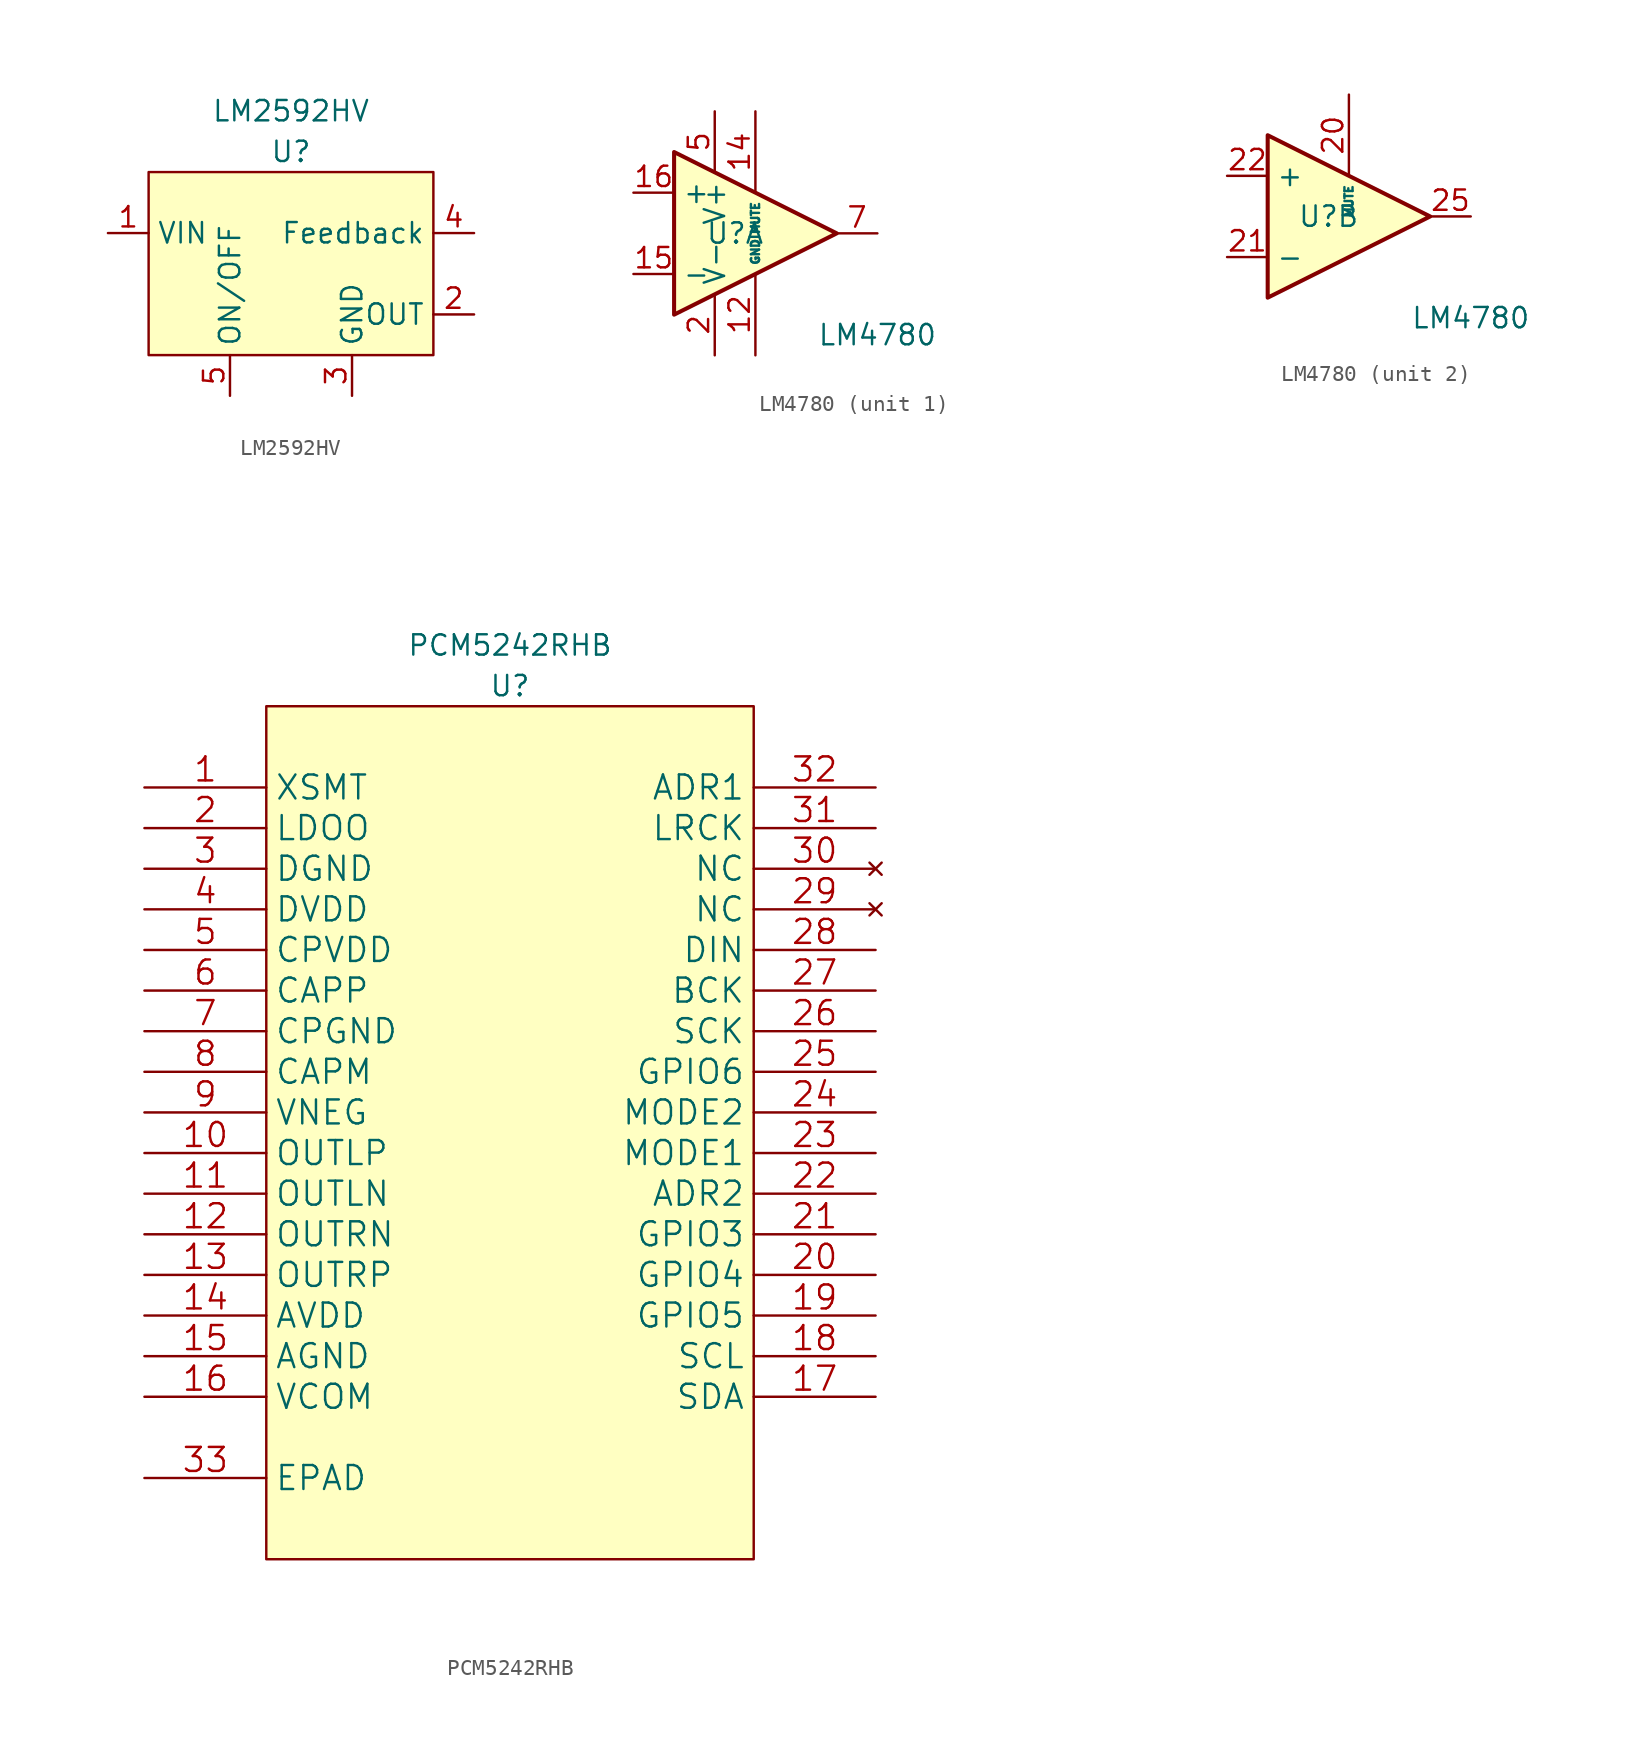
<source format=kicad_sym>
(kicad_symbol_lib
  (version 20211014)
  (generator kicad_symbol_editor)
  (symbol "LM2592HV"
    (property "Reference" "U"
      (at 0 7.62 0)
      (effects (font (size 1.27 1.27))))
    (property "Value" "LM2592HV"
      (at 0 10.16 0)
      (effects (font (size 1.27 1.27))))
    (symbol "LM2592HV_0_1"
      (rectangle (start -8.89 6.35) (end 8.89 -5.08) (stroke (width 0) (type default) (color 0 0 0 0)) (fill (type background))))
    (symbol "LM2592HV_1_1"
      (pin power_in line (at -11.43 2.54 0) (length 2.54) (name "VIN" (effects (font (size 1.27 1.27)))) (number "1" (effects (font (size 1.27 1.27)))))
      (pin power_out line (at 11.43 -2.54 180) (length 2.54) (name "OUT" (effects (font (size 1.27 1.27)))) (number "2" (effects (font (size 1.27 1.27)))))
      (pin power_out line (at 3.81 -7.62 90) (length 2.54) (name "GND" (effects (font (size 1.27 1.27)))) (number "3" (effects (font (size 1.27 1.27)))))
      (pin input line (at 11.43 2.54 180) (length 2.54) (name "Feedback" (effects (font (size 1.27 1.27)))) (number "4" (effects (font (size 1.27 1.27)))))
      (pin input line (at -3.81 -7.62 90) (length 2.54) (name "ON/OFF" (effects (font (size 1.27 1.27)))) (number "5" (effects (font (size 1.27 1.27)))))))
  (symbol "LM4780"
    (property "Reference" "U"
      (at 0 0 0)
      (effects (font (size 1.27 1.27))))
    (property "Value" "LM4780"
      (at 8.89 -6.35 0)
      (effects (font (size 1.27 1.27))))
    (property "ki_locked" ""
      (at 0 0 0)
      (effects (font (size 1.27 1.27))))
    (symbol "LM4780_0_1"
      (polyline (pts (xy -3.81 5.08) (xy 6.35 0) (xy -3.81 -5.08) (xy -3.81 5.08)) (stroke (width 0.254) (type default) (color 0 0 0 0)) (fill (type background))))
    (symbol "LM4780_1_1"
      (pin no_connect line (at 6.35 8.89 270) (length 2.54) hide (name "NC" (effects (font (size 1.27 1.27)))) (number "1" (effects (font (size 1.27 1.27)))))
      (pin passive line (at -1.27 -7.62 90) (length 3.81) hide (name "V-" (effects (font (size 1.27 1.27)))) (number "10" (effects (font (size 1.27 1.27)))))
      (pin passive line (at -1.27 -7.62 90) (length 3.81) hide (name "V-" (effects (font (size 1.27 1.27)))) (number "11" (effects (font (size 1.27 1.27)))))
      (pin power_in line (at 1.27 -7.62 90) (length 5.08) (name "GND" (effects (font (size 0.508 0.508)))) (number "12" (effects (font (size 1.27 1.27)))))
      (pin no_connect line (at 13.97 8.89 270) (length 2.54) hide (name "NC" (effects (font (size 1.27 1.27)))) (number "13" (effects (font (size 1.27 1.27)))))
      (pin input line (at 1.27 7.62 270) (length 5.08) (name "MUTE" (effects (font (size 0.508 0.508)))) (number "14" (effects (font (size 1.27 1.27)))))
      (pin input line (at -6.35 -2.54 0) (length 2.54) (name "-" (effects (font (size 1.27 1.27)))) (number "15" (effects (font (size 1.27 1.27)))))
      (pin input line (at -6.35 2.54 0) (length 2.54) (name "+" (effects (font (size 1.27 1.27)))) (number "16" (effects (font (size 1.27 1.27)))))
      (pin passive line (at -1.27 7.62 270) (length 3.81) hide (name "V+" (effects (font (size 1.27 1.27)))) (number "17" (effects (font (size 1.27 1.27)))))
      (pin passive line (at -1.27 -7.62 90) (length 3.81) hide (name "V-" (effects (font (size 1.27 1.27)))) (number "18" (effects (font (size 1.27 1.27)))))
      (pin passive line (at 1.27 -7.62 90) (length 5.08) hide (name "GND" (effects (font (size 0.508 0.508)))) (number "19" (effects (font (size 1.27 1.27)))))
      (pin power_in line (at -1.27 -7.62 90) (length 3.81) (name "V-" (effects (font (size 1.27 1.27)))) (number "2" (effects (font (size 1.27 1.27)))))
      (pin no_connect line (at 16.51 8.89 270) (length 2.54) hide (name "NC" (effects (font (size 1.27 1.27)))) (number "23" (effects (font (size 1.27 1.27)))))
      (pin no_connect line (at 19.05 8.89 270) (length 2.54) hide (name "NC" (effects (font (size 1.27 1.27)))) (number "24" (effects (font (size 1.27 1.27)))))
      (pin no_connect line (at 21.59 8.89 270) (length 2.54) hide (name "NC" (effects (font (size 1.27 1.27)))) (number "26" (effects (font (size 1.27 1.27)))))
      (pin passive line (at -1.27 7.62 270) (length 3.81) hide (name "V+" (effects (font (size 1.27 1.27)))) (number "27" (effects (font (size 1.27 1.27)))))
      (pin no_connect line (at 8.89 8.89 270) (length 2.54) hide (name "NC" (effects (font (size 1.27 1.27)))) (number "3" (effects (font (size 1.27 1.27)))))
      (pin passive line (at -1.27 -7.62 90) (length 3.81) hide (name "V-" (effects (font (size 1.27 1.27)))) (number "4" (effects (font (size 1.27 1.27)))))
      (pin power_in line (at -1.27 7.62 270) (length 3.81) (name "V+" (effects (font (size 1.27 1.27)))) (number "5" (effects (font (size 1.27 1.27)))))
      (pin no_connect line (at 11.43 8.89 270) (length 2.54) hide (name "NC" (effects (font (size 1.27 1.27)))) (number "6" (effects (font (size 1.27 1.27)))))
      (pin output line (at 8.89 0 180) (length 2.54) (name "~" (effects (font (size 1.27 1.27)))) (number "7" (effects (font (size 1.27 1.27)))))
      (pin passive line (at -1.27 7.62 270) (length 3.81) hide (name "V+" (effects (font (size 1.27 1.27)))) (number "8" (effects (font (size 1.27 1.27)))))
      (pin passive line (at -1.27 7.62 270) (length 3.81) hide (name "V+" (effects (font (size 1.27 1.27)))) (number "9" (effects (font (size 1.27 1.27))))))
    (symbol "LM4780_2_1"
      (pin input line (at 1.27 7.62 270) (length 5.08) (name "MUTE" (effects (font (size 0.508 0.508)))) (number "20" (effects (font (size 1.27 1.27)))))
      (pin input line (at -6.35 -2.54 0) (length 2.54) (name "-" (effects (font (size 1.27 1.27)))) (number "21" (effects (font (size 1.27 1.27)))))
      (pin input line (at -6.35 2.54 0) (length 2.54) (name "+" (effects (font (size 1.27 1.27)))) (number "22" (effects (font (size 1.27 1.27)))))
      (pin output line (at 8.89 0 180) (length 2.54) (name "~" (effects (font (size 1.27 1.27)))) (number "25" (effects (font (size 1.27 1.27)))))))
  (symbol "PCM5242RHB"
    (property "Reference" "U"
      (at 0 27.94 0)
      (effects (font (size 1.27 1.27))))
    (property "Value" "PCM5242RHB"
      (at 0 30.48 0)
      (effects (font (size 1.27 1.27))))
    (symbol "PCM5242RHB_0_1"
      (rectangle (start -15.24 26.67) (end 15.24 -26.67) (stroke (width 0) (type default) (color 0 0 0 0)) (fill (type background))))
    (symbol "PCM5242RHB_1_1"
      (pin input line (at -22.86 21.59 0) (length 7.62) (name "XSMT" (effects (font (size 1.499 1.499)))) (number "1" (effects (font (size 1.499 1.499)))))
      (pin output line (at -22.86 -1.27 0) (length 7.62) (name "OUTLP" (effects (font (size 1.499 1.499)))) (number "10" (effects (font (size 1.499 1.499)))))
      (pin output line (at -22.86 -3.81 0) (length 7.62) (name "OUTLN" (effects (font (size 1.499 1.499)))) (number "11" (effects (font (size 1.499 1.499)))))
      (pin output line (at -22.86 -6.35 0) (length 7.62) (name "OUTRN" (effects (font (size 1.499 1.499)))) (number "12" (effects (font (size 1.499 1.499)))))
      (pin output line (at -22.86 -8.89 0) (length 7.62) (name "OUTRP" (effects (font (size 1.499 1.499)))) (number "13" (effects (font (size 1.499 1.499)))))
      (pin power_in line (at -22.86 -11.43 0) (length 7.62) (name "AVDD" (effects (font (size 1.499 1.499)))) (number "14" (effects (font (size 1.499 1.499)))))
      (pin power_in line (at -22.86 -13.97 0) (length 7.62) (name "AGND" (effects (font (size 1.499 1.499)))) (number "15" (effects (font (size 1.499 1.499)))))
      (pin bidirectional line (at -22.86 -16.51 0) (length 7.62) (name "VCOM" (effects (font (size 1.499 1.499)))) (number "16" (effects (font (size 1.499 1.499)))))
      (pin bidirectional line (at 22.86 -16.51 180) (length 7.62) (name "SDA" (effects (font (size 1.499 1.499)))) (number "17" (effects (font (size 1.499 1.499)))))
      (pin input line (at 22.86 -13.97 180) (length 7.62) (name "SCL" (effects (font (size 1.499 1.499)))) (number "18" (effects (font (size 1.499 1.499)))))
      (pin bidirectional line (at 22.86 -11.43 180) (length 7.62) (name "GPIO5" (effects (font (size 1.499 1.499)))) (number "19" (effects (font (size 1.499 1.499)))))
      (pin output line (at -22.86 19.05 0) (length 7.62) (name "LDOO" (effects (font (size 1.499 1.499)))) (number "2" (effects (font (size 1.499 1.499)))))
      (pin bidirectional line (at 22.86 -8.89 180) (length 7.62) (name "GPIO4" (effects (font (size 1.499 1.499)))) (number "20" (effects (font (size 1.499 1.499)))))
      (pin bidirectional line (at 22.86 -6.35 180) (length 7.62) (name "GPIO3" (effects (font (size 1.499 1.499)))) (number "21" (effects (font (size 1.499 1.499)))))
      (pin bidirectional line (at 22.86 -3.81 180) (length 7.62) (name "ADR2" (effects (font (size 1.499 1.499)))) (number "22" (effects (font (size 1.499 1.499)))))
      (pin input line (at 22.86 -1.27 180) (length 7.62) (name "MODE1" (effects (font (size 1.499 1.499)))) (number "23" (effects (font (size 1.499 1.499)))))
      (pin input line (at 22.86 1.27 180) (length 7.62) (name "MODE2" (effects (font (size 1.499 1.499)))) (number "24" (effects (font (size 1.499 1.499)))))
      (pin bidirectional line (at 22.86 3.81 180) (length 7.62) (name "GPIO6" (effects (font (size 1.499 1.499)))) (number "25" (effects (font (size 1.499 1.499)))))
      (pin input line (at 22.86 6.35 180) (length 7.62) (name "SCK" (effects (font (size 1.499 1.499)))) (number "26" (effects (font (size 1.499 1.499)))))
      (pin bidirectional line (at 22.86 8.89 180) (length 7.62) (name "BCK" (effects (font (size 1.499 1.499)))) (number "27" (effects (font (size 1.499 1.499)))))
      (pin input line (at 22.86 11.43 180) (length 7.62) (name "DIN" (effects (font (size 1.499 1.499)))) (number "28" (effects (font (size 1.499 1.499)))))
      (pin no_connect line (at 22.86 13.97 180) (length 7.62) (name "NC" (effects (font (size 1.499 1.499)))) (number "29" (effects (font (size 1.499 1.499)))))
      (pin power_in line (at -22.86 16.51 0) (length 7.62) (name "DGND" (effects (font (size 1.499 1.499)))) (number "3" (effects (font (size 1.499 1.499)))))
      (pin no_connect line (at 22.86 16.51 180) (length 7.62) (name "NC" (effects (font (size 1.499 1.499)))) (number "30" (effects (font (size 1.499 1.499)))))
      (pin bidirectional line (at 22.86 19.05 180) (length 7.62) (name "LRCK" (effects (font (size 1.499 1.499)))) (number "31" (effects (font (size 1.499 1.499)))))
      (pin bidirectional line (at 22.86 21.59 180) (length 7.62) (name "ADR1" (effects (font (size 1.499 1.499)))) (number "32" (effects (font (size 1.499 1.499)))))
      (pin unspecified line (at -22.86 -21.59 0) (length 7.62) (name "EPAD" (effects (font (size 1.499 1.499)))) (number "33" (effects (font (size 1.499 1.499)))))
      (pin power_in line (at -22.86 13.97 0) (length 7.62) (name "DVDD" (effects (font (size 1.499 1.499)))) (number "4" (effects (font (size 1.499 1.499)))))
      (pin power_in line (at -22.86 11.43 0) (length 7.62) (name "CPVDD" (effects (font (size 1.499 1.499)))) (number "5" (effects (font (size 1.499 1.499)))))
      (pin output line (at -22.86 8.89 0) (length 7.62) (name "CAPP" (effects (font (size 1.499 1.499)))) (number "6" (effects (font (size 1.499 1.499)))))
      (pin power_in line (at -22.86 6.35 0) (length 7.62) (name "CPGND" (effects (font (size 1.499 1.499)))) (number "7" (effects (font (size 1.499 1.499)))))
      (pin output line (at -22.86 3.81 0) (length 7.62) (name "CAPM" (effects (font (size 1.499 1.499)))) (number "8" (effects (font (size 1.499 1.499)))))
      (pin output line (at -22.86 1.27 0) (length 7.62) (name "VNEG" (effects (font (size 1.499 1.499)))) (number "9" (effects (font (size 1.499 1.499))))))))
</source>
